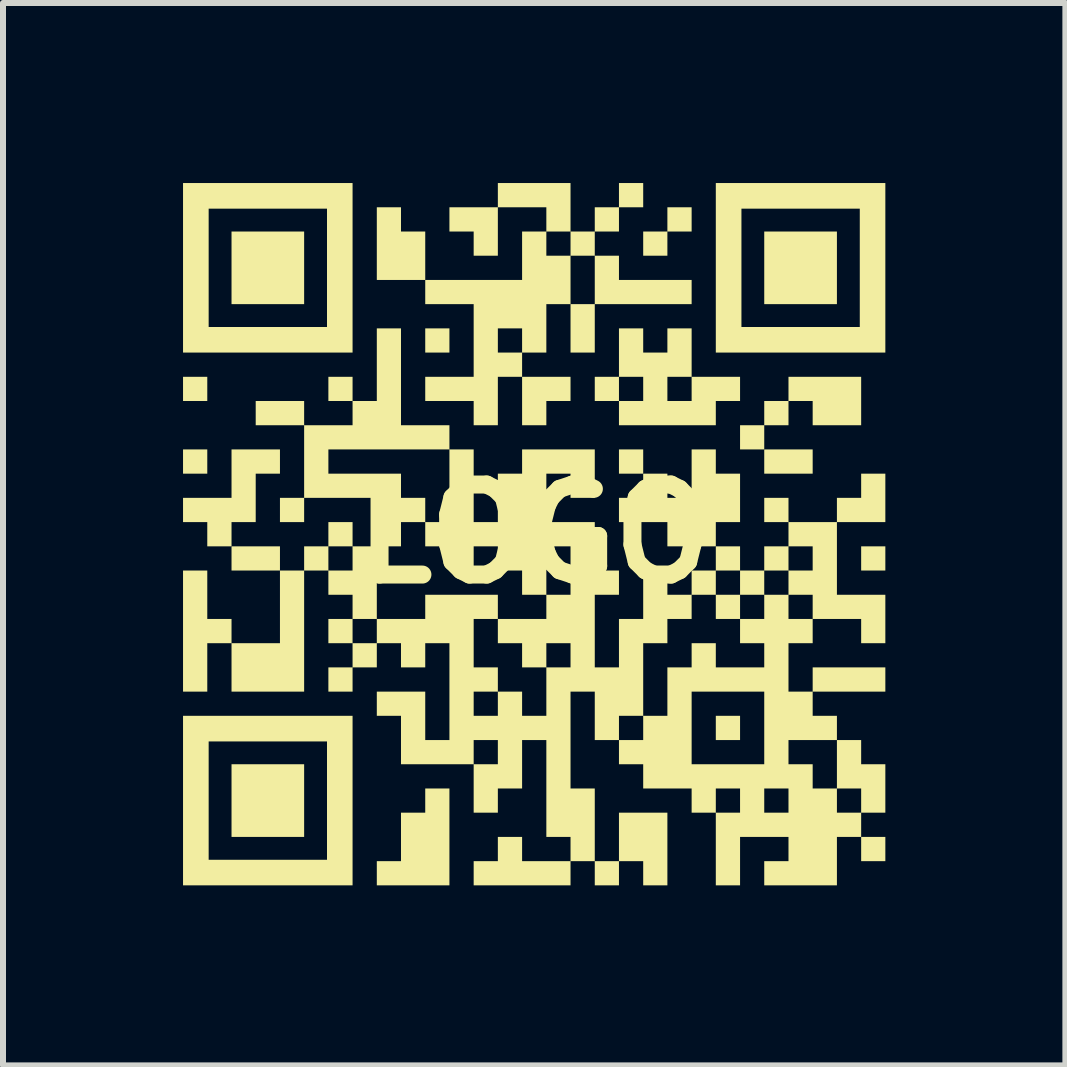
<source format=kicad_pcb>
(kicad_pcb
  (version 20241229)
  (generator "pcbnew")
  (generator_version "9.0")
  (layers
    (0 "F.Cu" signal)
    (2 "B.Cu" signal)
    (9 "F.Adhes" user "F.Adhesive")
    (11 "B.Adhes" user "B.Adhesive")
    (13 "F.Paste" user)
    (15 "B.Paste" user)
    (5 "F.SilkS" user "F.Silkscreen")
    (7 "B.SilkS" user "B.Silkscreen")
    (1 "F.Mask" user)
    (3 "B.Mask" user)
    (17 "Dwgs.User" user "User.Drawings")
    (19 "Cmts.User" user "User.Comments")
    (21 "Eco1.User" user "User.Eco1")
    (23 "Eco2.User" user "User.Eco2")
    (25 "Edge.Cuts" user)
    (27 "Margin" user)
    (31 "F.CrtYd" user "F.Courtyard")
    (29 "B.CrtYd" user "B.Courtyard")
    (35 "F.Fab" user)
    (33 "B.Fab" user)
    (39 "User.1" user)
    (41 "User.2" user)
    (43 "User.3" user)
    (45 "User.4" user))
  (footprint "LOGO"
    (layer "F.Cu")
    (at 5.846 5.846)
    (property "Reference" "LOGO" (at 0 0 0) (layer "F.SilkS") (effects (font (size 1.5 1.5) (thickness 0.3))))
    (attr board_only exclude_from_pos_files exclude_from_bom)
    (fp_poly (pts (xy -5.442 -2.415) (xy -5.442 -2.214) (xy -5.644 -2.214) (xy -5.846 -2.214) (xy -5.846 -2.415) (xy -5.846 -2.617) (xy -5.644 -2.617) (xy -5.442 -2.617)) (stroke (width 0) (type solid)) (fill yes) (layer "F.SilkS"))
    (fp_poly (pts (xy -5.442 -1.205) (xy -5.442 -1.003) (xy -5.644 -1.003) (xy -5.846 -1.003) (xy -5.846 -1.205) (xy -5.846 -1.407) (xy -5.644 -1.407) (xy -5.442 -1.407)) (stroke (width 0) (type solid)) (fill yes) (layer "F.SilkS"))
    (fp_poly (pts (xy -3.828 -4.433) (xy -3.828 -3.828) (xy -4.433 -3.828) (xy -5.038 -3.828) (xy -5.038 -4.433) (xy -5.038 -5.038) (xy -4.433 -5.038) (xy -3.828 -5.038)) (stroke (width 0) (type solid)) (fill yes) (layer "F.SilkS"))
    (fp_poly (pts (xy -3.828 4.445) (xy -3.828 5.05) (xy -4.433 5.05) (xy -5.038 5.05) (xy -5.038 4.445) (xy -5.038 3.839) (xy -4.433 3.839) (xy -3.828 3.839)) (stroke (width 0) (type solid)) (fill yes) (layer "F.SilkS"))
    (fp_poly (pts (xy -1.407 -3.223) (xy -1.407 -3.021) (xy -1.608 -3.021) (xy -1.81 -3.021) (xy -1.81 -3.223) (xy -1.81 -3.424) (xy -1.608 -3.424) (xy -1.407 -3.424)) (stroke (width 0) (type solid)) (fill yes) (layer "F.SilkS"))
    (fp_poly (pts (xy 1.822 -1.205) (xy 1.822 -1.003) (xy 1.62 -1.003) (xy 1.418 -1.003) (xy 1.418 -1.205) (xy 1.418 -1.407) (xy 1.62 -1.407) (xy 1.822 -1.407)) (stroke (width 0) (type solid)) (fill yes) (layer "F.SilkS"))
    (fp_poly (pts (xy 3.436 1.216) (xy 3.436 1.418) (xy 3.234 1.418) (xy 3.032 1.418) (xy 3.032 1.216) (xy 3.032 1.015) (xy 3.234 1.015) (xy 3.436 1.015)) (stroke (width 0) (type solid)) (fill yes) (layer "F.SilkS"))
    (fp_poly (pts (xy 3.436 3.234) (xy 3.436 3.436) (xy 3.234 3.436) (xy 3.032 3.436) (xy 3.032 3.234) (xy 3.032 3.032) (xy 3.234 3.032) (xy 3.436 3.032)) (stroke (width 0) (type solid)) (fill yes) (layer "F.SilkS"))
    (fp_poly (pts (xy 4.646 -1.205) (xy 4.646 -1.003) (xy 4.243 -1.003) (xy 3.839 -1.003) (xy 3.839 -1.205) (xy 3.839 -1.407) (xy 4.243 -1.407) (xy 4.646 -1.407)) (stroke (width 0) (type solid)) (fill yes) (layer "F.SilkS"))
    (fp_poly (pts (xy 5.05 -4.433) (xy 5.05 -3.828) (xy 4.445 -3.828) (xy 3.839 -3.828) (xy 3.839 -4.433) (xy 3.839 -5.038) (xy 4.445 -5.038) (xy 5.05 -5.038)) (stroke (width 0) (type solid)) (fill yes) (layer "F.SilkS"))
    (fp_poly (pts (xy 5.857 0.409) (xy 5.857 0.611) (xy 5.655 0.611) (xy 5.454 0.611) (xy 5.454 0.409) (xy 5.454 0.208) (xy 5.655 0.208) (xy 5.857 0.208)) (stroke (width 0) (type solid)) (fill yes) (layer "F.SilkS"))
    (fp_poly (pts (xy 5.857 5.252) (xy 5.857 5.454) (xy 5.655 5.454) (xy 5.454 5.454) (xy 5.454 5.252) (xy 5.454 5.05) (xy 5.655 5.05) (xy 5.857 5.05)) (stroke (width 0) (type solid)) (fill yes) (layer "F.SilkS"))
    (fp_poly (pts (xy 0.611 -2.415) (xy 0.611 -2.214) (xy 0.409 -2.214) (xy 0.208 -2.214) (xy 0.208 -2.012) (xy 0.208 -1.81) (xy 0.006 -1.81) (xy -0.196 -1.81) (xy -0.196 -2.214) (xy -0.196 -2.617) (xy 0.208 -2.617) (xy 0.611 -2.617)) (stroke (width 0) (type solid)) (fill yes) (layer "F.SilkS"))
    (fp_poly (pts (xy -1.407 5.05) (xy -1.407 5.857) (xy -2.012 5.857) (xy -2.617 5.857) (xy -2.617 5.655) (xy -2.617 5.454) (xy -2.415 5.454) (xy -2.214 5.454) (xy -2.214 5.05) (xy -2.214 4.646) (xy -2.012 4.646) (xy -1.81 4.646) (xy -1.81 4.445) (xy -1.81 4.243) (xy -1.608 4.243) (xy -1.407 4.243)) (stroke (width 0) (type solid)) (fill yes) (layer "F.SilkS"))
    (fp_poly (pts (xy 2.629 -5.24) (xy 2.629 -5.038) (xy 2.427 -5.038) (xy 2.225 -5.038) (xy 2.225 -4.837) (xy 2.225 -4.635) (xy 2.023 -4.635) (xy 1.822 -4.635) (xy 1.822 -4.837) (xy 1.822 -5.038) (xy 2.023 -5.038) (xy 2.225 -5.038) (xy 2.225 -5.24) (xy 2.225 -5.442) (xy 2.427 -5.442) (xy 2.629 -5.442)) (stroke (width 0) (type solid)) (fill yes) (layer "F.SilkS"))
    (fp_poly (pts (xy -3.021 -4.433) (xy -3.021 -3.021) (xy -4.433 -3.021) (xy -5.846 -3.021) (xy -5.846 -4.433) (xy -5.846 -5.419) (xy -5.419 -5.419) (xy -5.419 -4.433) (xy -5.419 -3.447) (xy -4.433 -3.447) (xy -3.447 -3.447) (xy -3.447 -4.433) (xy -3.447 -5.419) (xy -4.433 -5.419) (xy -5.419 -5.419) (xy -5.846 -5.419) (xy -5.846 -5.846) (xy -4.433 -5.846) (xy -3.021 -5.846)) (stroke (width 0) (type solid)) (fill yes) (layer "F.SilkS"))
    (fp_poly (pts (xy -3.021 4.445) (xy -3.021 5.857) (xy -4.433 5.857) (xy -5.846 5.857) (xy -5.846 4.445) (xy -5.846 3.459) (xy -5.419 3.459) (xy -5.419 4.445) (xy -5.419 5.431) (xy -4.433 5.431) (xy -3.447 5.431) (xy -3.447 4.445) (xy -3.447 3.459) (xy -4.433 3.459) (xy -5.419 3.459) (xy -5.846 3.459) (xy -5.846 3.032) (xy -4.433 3.032) (xy -3.021 3.032)) (stroke (width 0) (type solid)) (fill yes) (layer "F.SilkS"))
    (fp_poly (pts (xy 5.857 -4.433) (xy 5.857 -3.021) (xy 4.445 -3.021) (xy 3.032 -3.021) (xy 3.032 -4.433) (xy 3.032 -5.419) (xy 3.459 -5.419) (xy 3.459 -4.433) (xy 3.459 -3.447) (xy 4.445 -3.447) (xy 5.431 -3.447) (xy 5.431 -4.433) (xy 5.431 -5.419) (xy 4.445 -5.419) (xy 3.459 -5.419) (xy 3.032 -5.419) (xy 3.032 -5.846) (xy 4.445 -5.846) (xy 5.857 -5.846)) (stroke (width 0) (type solid)) (fill yes) (layer "F.SilkS"))
    (fp_poly (pts (xy -4.231 -1.205) (xy -4.231 -1.003) (xy -4.433 -1.003) (xy -4.635 -1.003) (xy -4.635 -0.6) (xy -4.635 -0.196) (xy -4.837 -0.196) (xy -5.038 -0.196) (xy -5.038 0.006) (xy -5.038 0.208) (xy -5.24 0.208) (xy -5.442 0.208) (xy -5.442 0.006) (xy -5.442 -0.196) (xy -5.644 -0.196) (xy -5.846 -0.196) (xy -5.846 -0.398) (xy -5.846 -0.6) (xy -5.442 -0.6) (xy -5.038 -0.6) (xy -5.038 -1.003) (xy -5.038 -1.407) (xy -4.635 -1.407) (xy -4.231 -1.407)) (stroke (width 0) (type solid)) (fill yes) (layer "F.SilkS"))
    (fp_poly (pts (xy 5.454 -2.214) (xy 5.454 -1.81) (xy 5.05 -1.81) (xy 4.646 -1.81) (xy 4.646 -2.012) (xy 4.646 -2.214) (xy 4.445 -2.214) (xy 4.243 -2.214) (xy 4.243 -2.012) (xy 4.243 -1.81) (xy 4.041 -1.81) (xy 3.839 -1.81) (xy 3.839 -1.608) (xy 3.839 -1.407) (xy 3.638 -1.407) (xy 3.436 -1.407) (xy 3.436 -1.608) (xy 3.436 -1.81) (xy 3.638 -1.81) (xy 3.839 -1.81) (xy 3.839 -2.012) (xy 3.839 -2.214) (xy 4.041 -2.214) (xy 4.243 -2.214) (xy 4.243 -2.415) (xy 4.243 -2.617) (xy 4.848 -2.617) (xy 5.454 -2.617)) (stroke (width 0) (type solid)) (fill yes) (layer "F.SilkS"))
    (fp_poly (pts (xy 3.032 -1.205) (xy 3.032 -1.003) (xy 3.234 -1.003) (xy 3.436 -1.003) (xy 3.436 -0.6) (xy 3.436 -0.196) (xy 3.234 -0.196) (xy 3.032 -0.196) (xy 3.032 0.006) (xy 3.032 0.208) (xy 2.629 0.208) (xy 2.225 0.208) (xy 2.225 0.006) (xy 2.225 -0.196) (xy 1.822 -0.196) (xy 1.418 -0.196) (xy 1.418 -0.398) (xy 1.418 -0.6) (xy 1.62 -0.6) (xy 1.822 -0.6) (xy 1.822 -0.801) (xy 1.822 -1.003) (xy 2.023 -1.003) (xy 2.225 -1.003) (xy 2.225 -0.801) (xy 2.225 -0.6) (xy 2.427 -0.6) (xy 2.629 -0.6) (xy 2.629 -1.003) (xy 2.629 -1.407) (xy 2.831 -1.407) (xy 3.032 -1.407)) (stroke (width 0) (type solid)) (fill yes) (layer "F.SilkS"))
    (fp_poly (pts (xy 1.822 -3.223) (xy 1.822 -3.021) (xy 2.023 -3.021) (xy 2.225 -3.021) (xy 2.225 -3.223) (xy 2.225 -3.424) (xy 2.427 -3.424) (xy 2.629 -3.424) (xy 2.629 -3.021) (xy 2.629 -2.617) (xy 2.427 -2.617) (xy 2.225 -2.617) (xy 2.225 -2.415) (xy 2.225 -2.214) (xy 2.427 -2.214) (xy 2.629 -2.214) (xy 2.629 -2.415) (xy 2.629 -2.617) (xy 3.032 -2.617) (xy 3.436 -2.617) (xy 3.436 -2.415) (xy 3.436 -2.214) (xy 3.234 -2.214) (xy 3.032 -2.214) (xy 3.032 -2.012) (xy 3.032 -1.81) (xy 2.225 -1.81) (xy 1.418 -1.81) (xy 1.418 -2.012) (xy 1.418 -2.214) (xy 1.216 -2.214) (xy 1.015 -2.214) (xy 1.015 -2.415) (xy 1.015 -2.617) (xy 1.216 -2.617) (xy 1.418 -2.617) (xy 1.418 -2.415) (xy 1.418 -2.214) (xy 1.62 -2.214) (xy 1.822 -2.214) (xy 1.822 -2.415) (xy 1.822 -2.617) (xy 1.62 -2.617) (xy 1.418 -2.617) (xy 1.418 -3.021) (xy 1.418 -3.424) (xy 1.62 -3.424) (xy 1.822 -3.424)) (stroke (width 0) (type solid)) (fill yes) (layer "F.SilkS"))
    (fp_poly (pts (xy 0.611 -5.442) (xy 0.611 -5.038) (xy 0.813 -5.038) (xy 1.015 -5.038) (xy 1.015 -5.24) (xy 1.015 -5.442) (xy 1.216 -5.442) (xy 1.418 -5.442) (xy 1.418 -5.644) (xy 1.418 -5.846) (xy 1.62 -5.846) (xy 1.822 -5.846) (xy 1.822 -5.644) (xy 1.822 -5.442) (xy 1.62 -5.442) (xy 1.418 -5.442) (xy 1.418 -5.24) (xy 1.418 -5.038) (xy 1.216 -5.038) (xy 1.015 -5.038) (xy 1.015 -4.837) (xy 1.015 -4.635) (xy 0.813 -4.635) (xy 0.611 -4.635) (xy 0.611 -4.231) (xy 0.611 -3.828) (xy 0.813 -3.828) (xy 1.015 -3.828) (xy 1.015 -4.231) (xy 1.015 -4.635) (xy 1.216 -4.635) (xy 1.418 -4.635) (xy 1.418 -4.433) (xy 1.418 -4.231) (xy 2.023 -4.231) (xy 2.629 -4.231) (xy 2.629 -4.03) (xy 2.629 -3.828) (xy 1.822 -3.828) (xy 1.015 -3.828) (xy 1.015 -3.424) (xy 1.015 -3.021) (xy 0.813 -3.021) (xy 0.611 -3.021) (xy 0.611 -3.424) (xy 0.611 -3.828) (xy 0.409 -3.828) (xy 0.208 -3.828) (xy 0.208 -3.424) (xy 0.208 -3.021) (xy 0.006 -3.021) (xy -0.196 -3.021) (xy -0.196 -2.819) (xy -0.196 -2.617) (xy -0.398 -2.617) (xy -0.6 -2.617) (xy -0.6 -2.214) (xy -0.6 -1.81) (xy -0.801 -1.81) (xy -1.003 -1.81) (xy -1.003 -2.012) (xy -1.003 -2.214) (xy -1.407 -2.214) (xy -1.81 -2.214) (xy -1.81 -2.415) (xy -1.81 -2.617) (xy -1.407 -2.617) (xy -1.003 -2.617) (xy -1.003 -3.223) (xy -1.003 -3.424) (xy -0.6 -3.424) (xy -0.6 -3.223) (xy -0.6 -3.021) (xy -0.398 -3.021) (xy -0.196 -3.021) (xy -0.196 -3.223) (xy -0.196 -3.424) (xy -0.398 -3.424) (xy -0.6 -3.424) (xy -1.003 -3.424) (xy -1.003 -3.828) (xy -1.407 -3.828) (xy -1.81 -3.828) (xy -1.81 -4.03) (xy -1.81 -4.231) (xy -2.214 -4.231) (xy -2.617 -4.231) (xy -2.617 -4.837) (xy -2.617 -5.442) (xy -2.415 -5.442) (xy -2.214 -5.442) (xy -2.214 -5.24) (xy -2.214 -5.038) (xy -2.012 -5.038) (xy -1.81 -5.038) (xy -1.81 -4.635) (xy -1.81 -4.231) (xy -1.003 -4.231) (xy -0.196 -4.231) (xy -0.196 -4.635) (xy -0.196 -5.038) (xy 0.006 -5.038) (xy 0.208 -5.038) (xy 0.208 -4.837) (xy 0.208 -4.635) (xy 0.409 -4.635) (xy 0.611 -4.635) (xy 0.611 -4.837) (xy 0.611 -5.038) (xy 0.409 -5.038) (xy 0.208 -5.038) (xy 0.208 -5.24) (xy 0.208 -5.442) (xy -0.196 -5.442) (xy -0.6 -5.442) (xy -0.6 -5.038) (xy -0.6 -4.635) (xy -0.801 -4.635) (xy -1.003 -4.635) (xy -1.003 -4.837) (xy -1.003 -5.038) (xy -1.205 -5.038) (xy -1.407 -5.038) (xy -1.407 -5.24) (xy -1.407 -5.442) (xy -1.003 -5.442) (xy -0.6 -5.442) (xy -0.6 -5.644) (xy -0.6 -5.846) (xy 0.006 -5.846) (xy 0.611 -5.846)) (stroke (width 0) (type solid)) (fill yes) (layer "F.SilkS"))
    (fp_poly (pts (xy -2.214 -2.617) (xy -2.214 -1.81) (xy -1.81 -1.81) (xy -1.407 -1.81) (xy -1.407 -1.608) (xy -1.407 -1.407) (xy -2.415 -1.407) (xy -3.424 -1.407) (xy -3.424 -1.205) (xy -3.424 -1.003) (xy -2.819 -1.003) (xy -2.214 -1.003) (xy -2.214 -0.801) (xy -2.214 -0.6) (xy -2.012 -0.6) (xy -1.81 -0.6) (xy -1.81 -0.398) (xy -1.81 -0.196) (xy -2.012 -0.196) (xy -2.214 -0.196) (xy -2.214 0.006) (xy -2.214 0.208) (xy -2.415 0.208) (xy -2.617 0.208) (xy -2.617 0.813) (xy -2.617 1.418) (xy -2.819 1.418) (xy -3.021 1.418) (xy -3.021 1.62) (xy -3.021 1.822) (xy -2.819 1.822) (xy -2.617 1.822) (xy -2.617 1.62) (xy -2.617 1.418) (xy -2.214 1.418) (xy -1.81 1.418) (xy -1.81 1.216) (xy -1.81 1.015) (xy -1.205 1.015) (xy -0.6 1.015) (xy -0.6 1.216) (xy -0.6 1.418) (xy -0.801 1.418) (xy -1.003 1.418) (xy -1.003 1.822) (xy -1.003 2.225) (xy -0.801 2.225) (xy -0.6 2.225) (xy -0.6 2.427) (xy -0.6 2.629) (xy -0.801 2.629) (xy -1.003 2.629) (xy -1.003 2.831) (xy -1.003 3.032) (xy -0.801 3.032) (xy -0.6 3.032) (xy -0.6 2.831) (xy -0.6 2.629) (xy -0.398 2.629) (xy -0.196 2.629) (xy -0.196 2.831) (xy -0.196 3.032) (xy 0.006 3.032) (xy 0.208 3.032) (xy 0.208 2.629) (xy 0.208 2.225) (xy 0.409 2.225) (xy 0.611 2.225) (xy 0.611 2.023) (xy 0.611 1.822) (xy 0.409 1.822) (xy 0.208 1.822) (xy 0.208 2.023) (xy 0.208 2.225) (xy 0.006 2.225) (xy -0.196 2.225) (xy -0.196 2.023) (xy -0.196 1.822) (xy -0.398 1.822) (xy -0.6 1.822) (xy -0.6 1.62) (xy -0.6 1.418) (xy -0.196 1.418) (xy 0.208 1.418) (xy 0.208 1.216) (xy 0.208 1.015) (xy 0.409 1.015) (xy 0.611 1.015) (xy 0.611 0.611) (xy 0.611 0.208) (xy 0.409 0.208) (xy 0.208 0.208) (xy 0.208 0.611) (xy 0.208 1.015) (xy 0.006 1.015) (xy -0.196 1.015) (xy -0.196 0.813) (xy -0.196 0.611) (xy -0.398 0.611) (xy -0.6 0.611) (xy -0.6 0.409) (xy -0.6 0.208) (xy -0.801 0.208) (xy -1.003 0.208) (xy -1.003 0.409) (xy -1.003 0.611) (xy -1.205 0.611) (xy -1.407 0.611) (xy -1.407 0.409) (xy -1.407 0.208) (xy -1.608 0.208) (xy -1.81 0.208) (xy -1.81 0.006) (xy -1.81 -0.196) (xy -1.608 -0.196) (xy -1.407 -0.196) (xy -1.407 -0.801) (xy -1.407 -1.407) (xy -1.205 -1.407) (xy -1.003 -1.407) (xy -1.003 -0.801) (xy -1.003 -0.196) (xy -0.801 -0.196) (xy -0.6 -0.196) (xy -0.6 -0.6) (xy -0.6 -1.003) (xy -0.398 -1.003) (xy -0.196 -1.003) (xy -0.196 -1.205) (xy -0.196 -1.407) (xy 0.409 -1.407) (xy 1.015 -1.407) (xy 1.015 -1.003) (xy 1.015 -0.6) (xy 0.813 -0.6) (xy 0.611 -0.6) (xy 0.611 -0.801) (xy 0.611 -1.003) (xy 0.409 -1.003) (xy 0.208 -1.003) (xy 0.208 -0.6) (xy 0.208 -0.196) (xy 0.611 -0.196) (xy 1.015 -0.196) (xy 1.015 0.208) (xy 1.015 0.611) (xy 1.216 0.611) (xy 1.418 0.611) (xy 1.418 0.813) (xy 1.418 1.015) (xy 1.216 1.015) (xy 1.015 1.015) (xy 1.015 1.62) (xy 1.015 2.225) (xy 1.216 2.225) (xy 1.418 2.225) (xy 1.418 1.822) (xy 1.418 1.418) (xy 1.62 1.418) (xy 1.822 1.418) (xy 1.822 1.015) (xy 1.822 0.611) (xy 2.023 0.611) (xy 2.225 0.611) (xy 2.225 0.813) (xy 2.225 1.015) (xy 2.427 1.015) (xy 2.629 1.015) (xy 2.629 0.813) (xy 2.629 0.611) (xy 2.831 0.611) (xy 3.032 0.611) (xy 3.032 0.409) (xy 3.032 0.208) (xy 3.234 0.208) (xy 3.436 0.208) (xy 3.436 0.409) (xy 3.436 0.611) (xy 3.638 0.611) (xy 3.839 0.611) (xy 3.839 0.409) (xy 3.839 0.208) (xy 4.041 0.208) (xy 4.243 0.208) (xy 4.243 0.006) (xy 4.243 -0.196) (xy 4.041 -0.196) (xy 3.839 -0.196) (xy 3.839 -0.398) (xy 3.839 -0.6) (xy 4.041 -0.6) (xy 4.243 -0.6) (xy 4.243 -0.398) (xy 4.243 -0.196) (xy 4.646 -0.196) (xy 5.05 -0.196) (xy 5.05 -0.398) (xy 5.05 -0.6) (xy 5.252 -0.6) (xy 5.454 -0.6) (xy 5.454 -0.801) (xy 5.454 -1.003) (xy 5.655 -1.003) (xy 5.857 -1.003) (xy 5.857 -0.6) (xy 5.857 -0.196) (xy 5.454 -0.196) (xy 5.05 -0.196) (xy 5.05 0.409) (xy 5.05 1.015) (xy 5.454 1.015) (xy 5.857 1.015) (xy 5.857 1.418) (xy 5.857 1.822) (xy 5.655 1.822) (xy 5.454 1.822) (xy 5.454 1.62) (xy 5.454 1.418) (xy 5.05 1.418) (xy 4.646 1.418) (xy 4.646 1.62) (xy 4.646 1.822) (xy 4.445 1.822) (xy 4.243 1.822) (xy 4.243 2.225) (xy 4.243 2.629) (xy 4.445 2.629) (xy 4.646 2.629) (xy 4.646 2.427) (xy 4.646 2.225) (xy 5.252 2.225) (xy 5.857 2.225) (xy 5.857 2.427) (xy 5.857 2.629) (xy 5.252 2.629) (xy 4.646 2.629) (xy 4.646 2.831) (xy 4.646 3.032) (xy 4.848 3.032) (xy 5.05 3.032) (xy 5.05 3.234) (xy 5.05 3.436) (xy 4.646 3.436) (xy 4.243 3.436) (xy 4.243 3.638) (xy 4.243 3.839) (xy 4.445 3.839) (xy 4.646 3.839) (xy 4.646 4.041) (xy 4.646 4.243) (xy 4.848 4.243) (xy 5.05 4.243) (xy 5.05 4.445) (xy 5.05 4.646) (xy 5.252 4.646) (xy 5.454 4.646) (xy 5.454 4.445) (xy 5.454 4.243) (xy 5.252 4.243) (xy 5.05 4.243) (xy 5.05 3.839) (xy 5.05 3.436) (xy 5.252 3.436) (xy 5.454 3.436) (xy 5.454 3.638) (xy 5.454 3.839) (xy 5.655 3.839) (xy 5.857 3.839) (xy 5.857 4.243) (xy 5.857 4.646) (xy 5.655 4.646) (xy 5.454 4.646) (xy 5.454 4.848) (xy 5.454 5.05) (xy 5.252 5.05) (xy 5.05 5.05) (xy 5.05 5.454) (xy 5.05 5.857) (xy 4.445 5.857) (xy 3.839 5.857) (xy 3.839 5.655) (xy 3.839 5.454) (xy 4.041 5.454) (xy 4.243 5.454) (xy 4.243 5.252) (xy 4.243 5.05) (xy 3.839 5.05) (xy 3.436 5.05) (xy 3.436 5.454) (xy 3.436 5.857) (xy 3.234 5.857) (xy 3.032 5.857) (xy 3.032 5.252) (xy 3.032 4.646) (xy 2.831 4.646) (xy 2.629 4.646) (xy 2.629 4.445) (xy 2.629 4.243) (xy 3.032 4.243) (xy 3.032 4.445) (xy 3.032 4.646) (xy 3.234 4.646) (xy 3.436 4.646) (xy 3.436 4.445) (xy 3.436 4.243) (xy 3.839 4.243) (xy 3.839 4.445) (xy 3.839 4.646) (xy 4.041 4.646) (xy 4.243 4.646) (xy 4.243 4.445) (xy 4.243 4.243) (xy 4.041 4.243) (xy 3.839 4.243) (xy 3.436 4.243) (xy 3.234 4.243) (xy 3.032 4.243) (xy 2.629 4.243) (xy 2.225 4.243) (xy 1.822 4.243) (xy 1.822 4.041) (xy 1.822 3.839) (xy 1.62 3.839) (xy 1.418 3.839) (xy 1.418 3.638) (xy 1.418 3.436) (xy 1.62 3.436) (xy 1.822 3.436) (xy 1.822 3.234) (xy 1.822 3.032) (xy 2.023 3.032) (xy 2.225 3.032) (xy 2.225 2.629) (xy 2.629 2.629) (xy 2.629 3.234) (xy 2.629 3.839) (xy 3.234 3.839) (xy 3.839 3.839) (xy 3.839 3.234) (xy 3.839 2.629) (xy 3.234 2.629) (xy 2.629 2.629) (xy 2.225 2.629) (xy 2.225 2.225) (xy 2.427 2.225) (xy 2.629 2.225) (xy 2.629 2.023) (xy 2.629 1.822) (xy 2.831 1.822) (xy 3.032 1.822) (xy 3.032 2.023) (xy 3.032 2.225) (xy 3.436 2.225) (xy 3.839 2.225) (xy 3.839 2.023) (xy 3.839 1.822) (xy 3.638 1.822) (xy 3.436 1.822) (xy 3.436 1.62) (xy 3.436 1.418) (xy 3.638 1.418) (xy 3.839 1.418) (xy 3.839 1.216) (xy 3.839 1.015) (xy 4.041 1.015) (xy 4.243 1.015) (xy 4.243 1.216) (xy 4.243 1.418) (xy 4.445 1.418) (xy 4.646 1.418) (xy 4.646 1.216) (xy 4.646 1.015) (xy 4.445 1.015) (xy 4.243 1.015) (xy 4.243 0.813) (xy 4.243 0.611) (xy 4.445 0.611) (xy 4.646 0.611) (xy 4.646 0.409) (xy 4.646 0.208) (xy 4.445 0.208) (xy 4.243 0.208) (xy 4.243 0.409) (xy 4.243 0.611) (xy 4.041 0.611) (xy 3.839 0.611) (xy 3.839 0.813) (xy 3.839 1.015) (xy 3.638 1.015) (xy 3.436 1.015) (xy 3.436 0.813) (xy 3.436 0.611) (xy 3.234 0.611) (xy 3.032 0.611) (xy 3.032 0.813) (xy 3.032 1.015) (xy 2.831 1.015) (xy 2.629 1.015) (xy 2.629 1.216) (xy 2.629 1.418) (xy 2.427 1.418) (xy 2.225 1.418) (xy 2.225 1.62) (xy 2.225 1.822) (xy 2.023 1.822) (xy 1.822 1.822) (xy 1.822 2.427) (xy 1.822 3.032) (xy 1.62 3.032) (xy 1.418 3.032) (xy 1.418 3.234) (xy 1.418 3.436) (xy 1.216 3.436) (xy 1.015 3.436) (xy 1.015 3.032) (xy 1.015 2.629) (xy 0.813 2.629) (xy 0.611 2.629) (xy 0.611 3.436) (xy 0.611 4.243) (xy 0.813 4.243) (xy 1.015 4.243) (xy 1.015 4.848) (xy 1.015 5.454) (xy 1.216 5.454) (xy 1.418 5.454) (xy 1.418 5.05) (xy 1.418 4.646) (xy 1.822 4.646) (xy 2.225 4.646) (xy 2.225 5.252) (xy 2.225 5.857) (xy 2.023 5.857) (xy 1.822 5.857) (xy 1.822 5.655) (xy 1.822 5.454) (xy 1.62 5.454) (xy 1.418 5.454) (xy 1.418 5.655) (xy 1.418 5.857) (xy 1.216 5.857) (xy 1.015 5.857) (xy 1.015 5.655) (xy 1.015 5.454) (xy 0.813 5.454) (xy 0.611 5.454) (xy 0.611 5.655) (xy 0.611 5.857) (xy -0.196 5.857) (xy -1.003 5.857) (xy -1.003 5.655) (xy -1.003 5.454) (xy -0.801 5.454) (xy -0.6 5.454) (xy -0.6 5.252) (xy -0.6 5.05) (xy -0.398 5.05) (xy -0.196 5.05) (xy -0.196 5.252) (xy -0.196 5.454) (xy 0.208 5.454) (xy 0.611 5.454) (xy 0.611 5.252) (xy 0.611 5.05) (xy 0.409 5.05) (xy 0.208 5.05) (xy 0.208 4.243) (xy 0.208 3.436) (xy 0.006 3.436) (xy -0.196 3.436) (xy -0.196 3.839) (xy -0.196 4.243) (xy -0.398 4.243) (xy -0.6 4.243) (xy -0.6 4.445) (xy -0.6 4.646) (xy -0.801 4.646) (xy -1.003 4.646) (xy -1.003 4.243) (xy -1.003 3.839) (xy -1.608 3.839) (xy -2.214 3.839) (xy -2.214 3.436) (xy -2.214 3.032) (xy -2.415 3.032) (xy -2.617 3.032) (xy -2.617 2.831) (xy -2.617 2.629) (xy -2.214 2.629) (xy -1.81 2.629) (xy -1.81 3.032) (xy -1.81 3.436) (xy -1.608 3.436) (xy -1.407 3.436) (xy -1.003 3.436) (xy -1.003 3.638) (xy -1.003 3.839) (xy -0.801 3.839) (xy -0.6 3.839) (xy -0.6 3.638) (xy -0.6 3.436) (xy -0.801 3.436) (xy -1.003 3.436) (xy -1.407 3.436) (xy -1.407 2.629) (xy -1.407 1.822) (xy -1.608 1.822) (xy -1.81 1.822) (xy -1.81 2.023) (xy -1.81 2.225) (xy -2.012 2.225) (xy -2.214 2.225) (xy -2.214 2.023) (xy -2.214 1.822) (xy -2.415 1.822) (xy -2.617 1.822) (xy -2.617 2.023) (xy -2.617 2.225) (xy -2.819 2.225) (xy -3.021 2.225) (xy -3.021 2.427) (xy -3.021 2.629) (xy -3.223 2.629) (xy -3.424 2.629) (xy -3.424 2.427) (xy -3.424 2.225) (xy -3.223 2.225) (xy -3.021 2.225) (xy -3.021 2.023) (xy -3.021 1.822) (xy -3.223 1.822) (xy -3.424 1.822) (xy -3.424 1.62) (xy -3.424 1.418) (xy -3.223 1.418) (xy -3.021 1.418) (xy -3.021 1.216) (xy -3.021 1.015) (xy -3.223 1.015) (xy -3.424 1.015) (xy -3.424 0.813) (xy -3.424 0.611) (xy -3.626 0.611) (xy -3.828 0.611) (xy -3.828 1.62) (xy -3.828 2.629) (xy -4.433 2.629) (xy -5.038 2.629) (xy -5.038 2.225) (xy -5.038 1.822) (xy -5.24 1.822) (xy -5.442 1.822) (xy -5.442 2.225) (xy -5.442 2.629) (xy -5.644 2.629) (xy -5.846 2.629) (xy -5.846 1.62) (xy -5.846 0.611) (xy -5.644 0.611) (xy -5.442 0.611) (xy -5.442 1.015) (xy -5.442 1.418) (xy -5.24 1.418) (xy -5.038 1.418) (xy -5.038 1.62) (xy -5.038 1.822) (xy -4.635 1.822) (xy -4.231 1.822) (xy -4.231 1.216) (xy -4.231 0.611) (xy -4.635 0.611) (xy -5.038 0.611) (xy -5.038 0.409) (xy -5.038 0.208) (xy -4.635 0.208) (xy -4.231 0.208) (xy -4.231 0.409) (xy -4.231 0.611) (xy -4.03 0.611) (xy -3.828 0.611) (xy -3.828 0.409) (xy -3.828 0.208) (xy -3.626 0.208) (xy -3.424 0.208) (xy -3.424 0.409) (xy -3.424 0.611) (xy -3.223 0.611) (xy -3.021 0.611) (xy -3.021 0.409) (xy -3.021 0.208) (xy -3.223 0.208) (xy -3.424 0.208) (xy -3.424 0.006) (xy -3.424 -0.196) (xy -3.223 -0.196) (xy -3.021 -0.196) (xy -3.021 0.006) (xy -3.021 0.208) (xy -2.819 0.208) (xy -2.617 0.208) (xy -2.617 -0.196) (xy -2.617 -0.6) (xy -3.223 -0.6) (xy -3.828 -0.6) (xy -3.828 -0.398) (xy -3.828 -0.196) (xy -4.03 -0.196) (xy -4.231 -0.196) (xy -4.231 -0.398) (xy -4.231 -0.6) (xy -4.03 -0.6) (xy -3.828 -0.6) (xy -3.828 -1.205) (xy -3.828 -1.81) (xy -4.231 -1.81) (xy -4.635 -1.81) (xy -4.635 -2.012) (xy -4.635 -2.214) (xy -4.231 -2.214) (xy -3.828 -2.214) (xy -3.828 -2.012) (xy -3.828 -1.81) (xy -3.424 -1.81) (xy -3.021 -1.81) (xy -3.021 -2.012) (xy -3.021 -2.214) (xy -3.223 -2.214) (xy -3.424 -2.214) (xy -3.424 -2.415) (xy -3.424 -2.617) (xy -3.223 -2.617) (xy -3.021 -2.617) (xy -3.021 -2.415) (xy -3.021 -2.214) (xy -2.819 -2.214) (xy -2.617 -2.214) (xy -2.617 -2.819) (xy -2.617 -3.424) (xy -2.415 -3.424) (xy -2.214 -3.424)) (stroke (width 0) (type solid)) (fill yes) (layer "F.SilkS")))
  (gr_rect
    (start -3 -3)
    (end 14.703 14.703)
    (stroke (width 0.1) (type default))
    (fill no)
    (layer "Edge.Cuts")))
</source>
